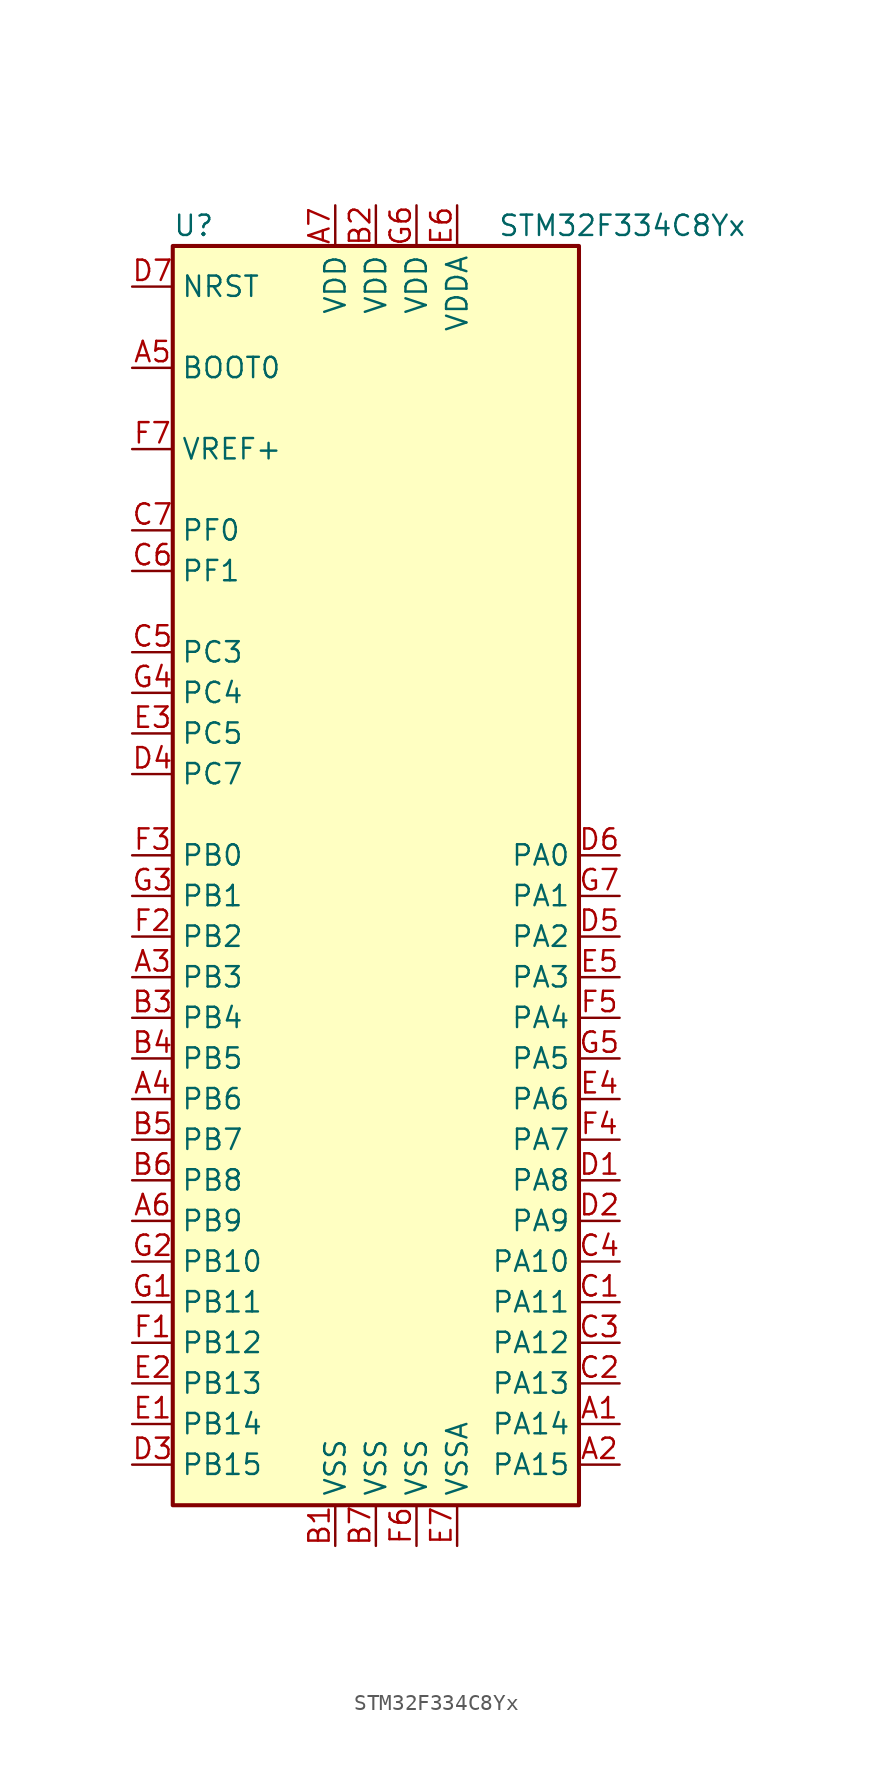
<source format=kicad_sym>
(kicad_symbol_lib
  (version 20201005)
  (generator kicad_symbol_editor)
  (symbol "STM32F334C8Yx"
    (property "Reference" "U"
      (at -12.7 39.37 0)
      (effects (font (size 1.27 1.27)) (justify left)))
    (property "Value" "STM32F334C8Yx"
      (at 7.62 39.37 0)
      (effects (font (size 1.27 1.27)) (justify left)))
    (symbol "STM32F334C8Yx_0_1"
      (rectangle (start -12.7 -40.64) (end 12.7 38.1) (stroke (width 0.254)) (fill (type background))))
    (symbol "STM32F334C8Yx_1_1"
      (pin bidirectional line (at 15.24 -35.56 180) (length 2.54) (name "PA14" (effects (font (size 1.27 1.27)))) (number "A1" (effects (font (size 1.27 1.27)))))
      (pin bidirectional line (at 15.24 -38.1 180) (length 2.54) (name "PA15" (effects (font (size 1.27 1.27)))) (number "A2" (effects (font (size 1.27 1.27)))))
      (pin bidirectional line (at -15.24 -7.62 0) (length 2.54) (name "PB3" (effects (font (size 1.27 1.27)))) (number "A3" (effects (font (size 1.27 1.27)))))
      (pin bidirectional line (at -15.24 -15.24 0) (length 2.54) (name "PB6" (effects (font (size 1.27 1.27)))) (number "A4" (effects (font (size 1.27 1.27)))))
      (pin input line (at -15.24 30.48 0) (length 2.54) (name "BOOT0" (effects (font (size 1.27 1.27)))) (number "A5" (effects (font (size 1.27 1.27)))))
      (pin bidirectional line (at -15.24 -22.86 0) (length 2.54) (name "PB9" (effects (font (size 1.27 1.27)))) (number "A6" (effects (font (size 1.27 1.27)))))
      (pin power_in line (at -2.54 40.64 270) (length 2.54) (name "VDD" (effects (font (size 1.27 1.27)))) (number "A7" (effects (font (size 1.27 1.27)))))
      (pin power_in line (at -2.54 -43.18 90) (length 2.54) (name "VSS" (effects (font (size 1.27 1.27)))) (number "B1" (effects (font (size 1.27 1.27)))))
      (pin power_in line (at 0 40.64 270) (length 2.54) (name "VDD" (effects (font (size 1.27 1.27)))) (number "B2" (effects (font (size 1.27 1.27)))))
      (pin bidirectional line (at -15.24 -10.16 0) (length 2.54) (name "PB4" (effects (font (size 1.27 1.27)))) (number "B3" (effects (font (size 1.27 1.27)))))
      (pin bidirectional line (at -15.24 -12.7 0) (length 2.54) (name "PB5" (effects (font (size 1.27 1.27)))) (number "B4" (effects (font (size 1.27 1.27)))))
      (pin bidirectional line (at -15.24 -17.78 0) (length 2.54) (name "PB7" (effects (font (size 1.27 1.27)))) (number "B5" (effects (font (size 1.27 1.27)))))
      (pin bidirectional line (at -15.24 -20.32 0) (length 2.54) (name "PB8" (effects (font (size 1.27 1.27)))) (number "B6" (effects (font (size 1.27 1.27)))))
      (pin power_in line (at 0 -43.18 90) (length 2.54) (name "VSS" (effects (font (size 1.27 1.27)))) (number "B7" (effects (font (size 1.27 1.27)))))
      (pin bidirectional line (at 15.24 -27.94 180) (length 2.54) (name "PA11" (effects (font (size 1.27 1.27)))) (number "C1" (effects (font (size 1.27 1.27)))))
      (pin bidirectional line (at 15.24 -33.02 180) (length 2.54) (name "PA13" (effects (font (size 1.27 1.27)))) (number "C2" (effects (font (size 1.27 1.27)))))
      (pin bidirectional line (at 15.24 -30.48 180) (length 2.54) (name "PA12" (effects (font (size 1.27 1.27)))) (number "C3" (effects (font (size 1.27 1.27)))))
      (pin bidirectional line (at 15.24 -25.4 180) (length 2.54) (name "PA10" (effects (font (size 1.27 1.27)))) (number "C4" (effects (font (size 1.27 1.27)))))
      (pin bidirectional line (at -15.24 12.7 0) (length 2.54) (name "PC3" (effects (font (size 1.27 1.27)))) (number "C5" (effects (font (size 1.27 1.27)))))
      (pin input line (at -15.24 17.78 0) (length 2.54) (name "PF1" (effects (font (size 1.27 1.27)))) (number "C6" (effects (font (size 1.27 1.27)))))
      (pin input line (at -15.24 20.32 0) (length 2.54) (name "PF0" (effects (font (size 1.27 1.27)))) (number "C7" (effects (font (size 1.27 1.27)))))
      (pin bidirectional line (at 15.24 -20.32 180) (length 2.54) (name "PA8" (effects (font (size 1.27 1.27)))) (number "D1" (effects (font (size 1.27 1.27)))))
      (pin bidirectional line (at 15.24 -22.86 180) (length 2.54) (name "PA9" (effects (font (size 1.27 1.27)))) (number "D2" (effects (font (size 1.27 1.27)))))
      (pin bidirectional line (at -15.24 -38.1 0) (length 2.54) (name "PB15" (effects (font (size 1.27 1.27)))) (number "D3" (effects (font (size 1.27 1.27)))))
      (pin bidirectional line (at -15.24 5.08 0) (length 2.54) (name "PC7" (effects (font (size 1.27 1.27)))) (number "D4" (effects (font (size 1.27 1.27)))))
      (pin bidirectional line (at 15.24 -5.08 180) (length 2.54) (name "PA2" (effects (font (size 1.27 1.27)))) (number "D5" (effects (font (size 1.27 1.27)))))
      (pin bidirectional line (at 15.24 0 180) (length 2.54) (name "PA0" (effects (font (size 1.27 1.27)))) (number "D6" (effects (font (size 1.27 1.27)))))
      (pin input line (at -15.24 35.56 0) (length 2.54) (name "NRST" (effects (font (size 1.27 1.27)))) (number "D7" (effects (font (size 1.27 1.27)))))
      (pin bidirectional line (at -15.24 -35.56 0) (length 2.54) (name "PB14" (effects (font (size 1.27 1.27)))) (number "E1" (effects (font (size 1.27 1.27)))))
      (pin bidirectional line (at -15.24 -33.02 0) (length 2.54) (name "PB13" (effects (font (size 1.27 1.27)))) (number "E2" (effects (font (size 1.27 1.27)))))
      (pin bidirectional line (at -15.24 7.62 0) (length 2.54) (name "PC5" (effects (font (size 1.27 1.27)))) (number "E3" (effects (font (size 1.27 1.27)))))
      (pin bidirectional line (at 15.24 -15.24 180) (length 2.54) (name "PA6" (effects (font (size 1.27 1.27)))) (number "E4" (effects (font (size 1.27 1.27)))))
      (pin bidirectional line (at 15.24 -7.62 180) (length 2.54) (name "PA3" (effects (font (size 1.27 1.27)))) (number "E5" (effects (font (size 1.27 1.27)))))
      (pin power_in line (at 5.08 40.64 270) (length 2.54) (name "VDDA" (effects (font (size 1.27 1.27)))) (number "E6" (effects (font (size 1.27 1.27)))))
      (pin power_in line (at 5.08 -43.18 90) (length 2.54) (name "VSSA" (effects (font (size 1.27 1.27)))) (number "E7" (effects (font (size 1.27 1.27)))))
      (pin bidirectional line (at -15.24 -30.48 0) (length 2.54) (name "PB12" (effects (font (size 1.27 1.27)))) (number "F1" (effects (font (size 1.27 1.27)))))
      (pin bidirectional line (at -15.24 -5.08 0) (length 2.54) (name "PB2" (effects (font (size 1.27 1.27)))) (number "F2" (effects (font (size 1.27 1.27)))))
      (pin bidirectional line (at -15.24 0 0) (length 2.54) (name "PB0" (effects (font (size 1.27 1.27)))) (number "F3" (effects (font (size 1.27 1.27)))))
      (pin bidirectional line (at 15.24 -17.78 180) (length 2.54) (name "PA7" (effects (font (size 1.27 1.27)))) (number "F4" (effects (font (size 1.27 1.27)))))
      (pin bidirectional line (at 15.24 -10.16 180) (length 2.54) (name "PA4" (effects (font (size 1.27 1.27)))) (number "F5" (effects (font (size 1.27 1.27)))))
      (pin power_in line (at 2.54 -43.18 90) (length 2.54) (name "VSS" (effects (font (size 1.27 1.27)))) (number "F6" (effects (font (size 1.27 1.27)))))
      (pin power_in line (at -15.24 25.4 0) (length 2.54) (name "VREF+" (effects (font (size 1.27 1.27)))) (number "F7" (effects (font (size 1.27 1.27)))))
      (pin bidirectional line (at -15.24 -27.94 0) (length 2.54) (name "PB11" (effects (font (size 1.27 1.27)))) (number "G1" (effects (font (size 1.27 1.27)))))
      (pin bidirectional line (at -15.24 -25.4 0) (length 2.54) (name "PB10" (effects (font (size 1.27 1.27)))) (number "G2" (effects (font (size 1.27 1.27)))))
      (pin bidirectional line (at -15.24 -2.54 0) (length 2.54) (name "PB1" (effects (font (size 1.27 1.27)))) (number "G3" (effects (font (size 1.27 1.27)))))
      (pin bidirectional line (at -15.24 10.16 0) (length 2.54) (name "PC4" (effects (font (size 1.27 1.27)))) (number "G4" (effects (font (size 1.27 1.27)))))
      (pin bidirectional line (at 15.24 -12.7 180) (length 2.54) (name "PA5" (effects (font (size 1.27 1.27)))) (number "G5" (effects (font (size 1.27 1.27)))))
      (pin power_in line (at 2.54 40.64 270) (length 2.54) (name "VDD" (effects (font (size 1.27 1.27)))) (number "G6" (effects (font (size 1.27 1.27)))))
      (pin bidirectional line (at 15.24 -2.54 180) (length 2.54) (name "PA1" (effects (font (size 1.27 1.27)))) (number "G7" (effects (font (size 1.27 1.27))))))))
</source>
